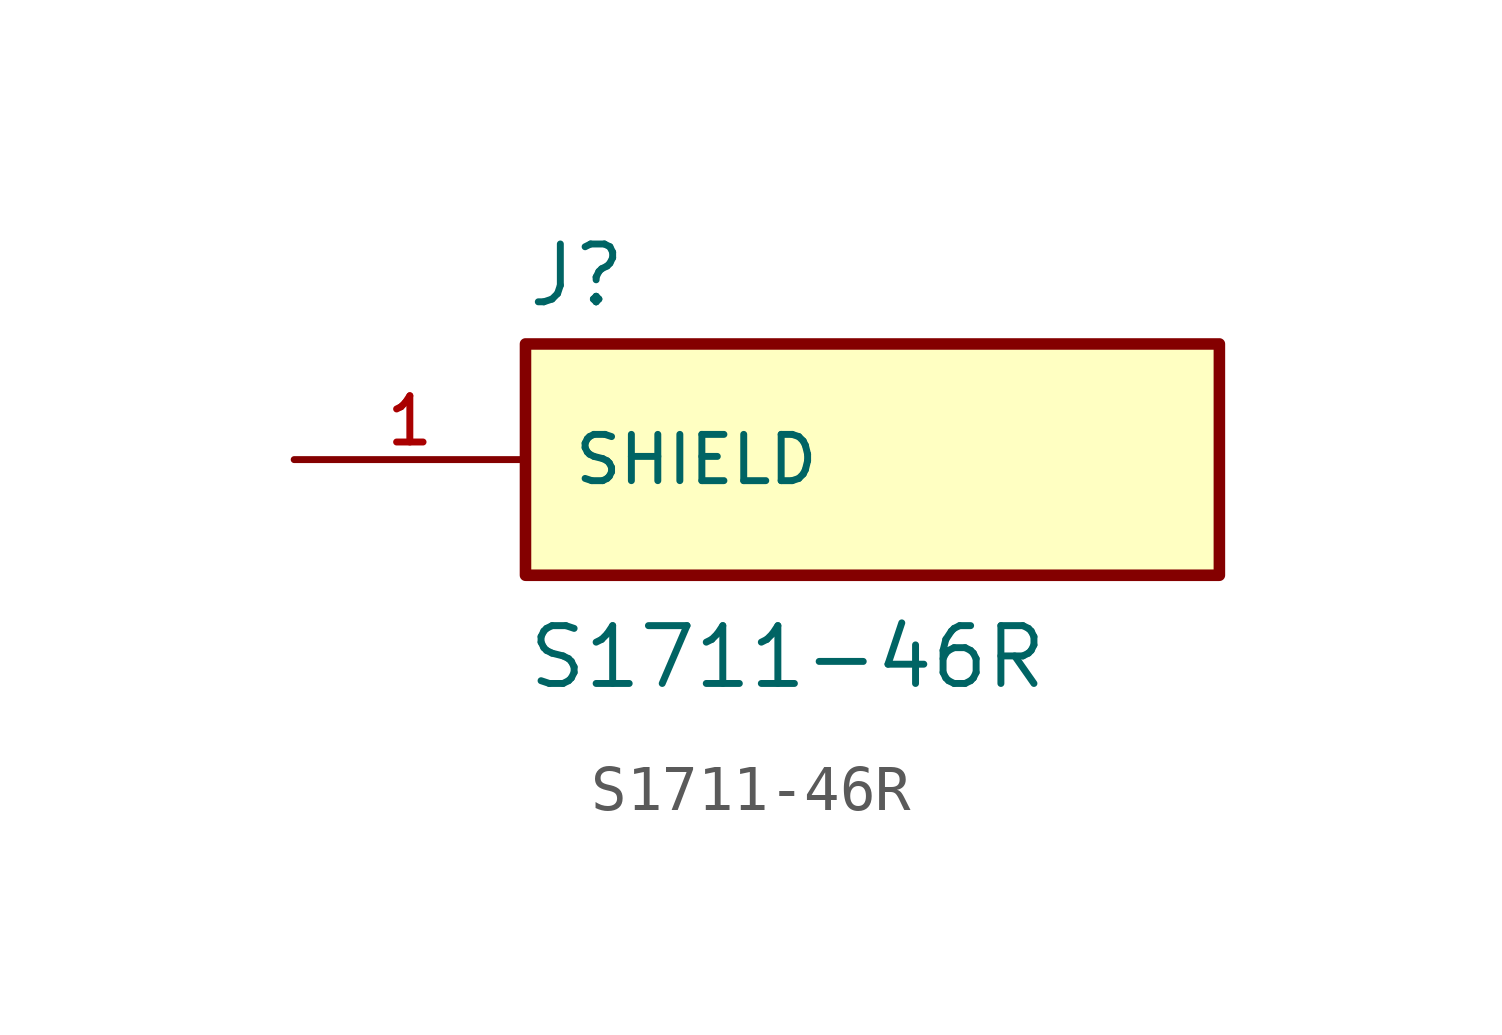
<source format=kicad_sym>
(kicad_symbol_lib
  (version 20211014)
  (generator kicad_symbol_editor)
  (symbol "S1711-46R"
    (pin_names
      (offset 1.016))
    (property "Reference" "J"
      (at -7.62 3.302 0)
      (effects (font (size 1.27 1.27)) (justify bottom left)))
    (property "Value" "S1711-46R"
      (at -7.62 -5.08 0)
      (effects (font (size 1.27 1.27)) (justify bottom left)))
    (symbol "S1711-46R_0_0"
      (rectangle (start -7.62 -2.54) (end 7.62 2.54) (stroke (width 0.254)) (fill (type background)))
      (pin passive line (at -12.7 0.0 0) (length 5.08) (name "SHIELD" (effects (font (size 1.016 1.016)))) (number "1" (effects (font (size 1.016 1.016))))))))
</source>
